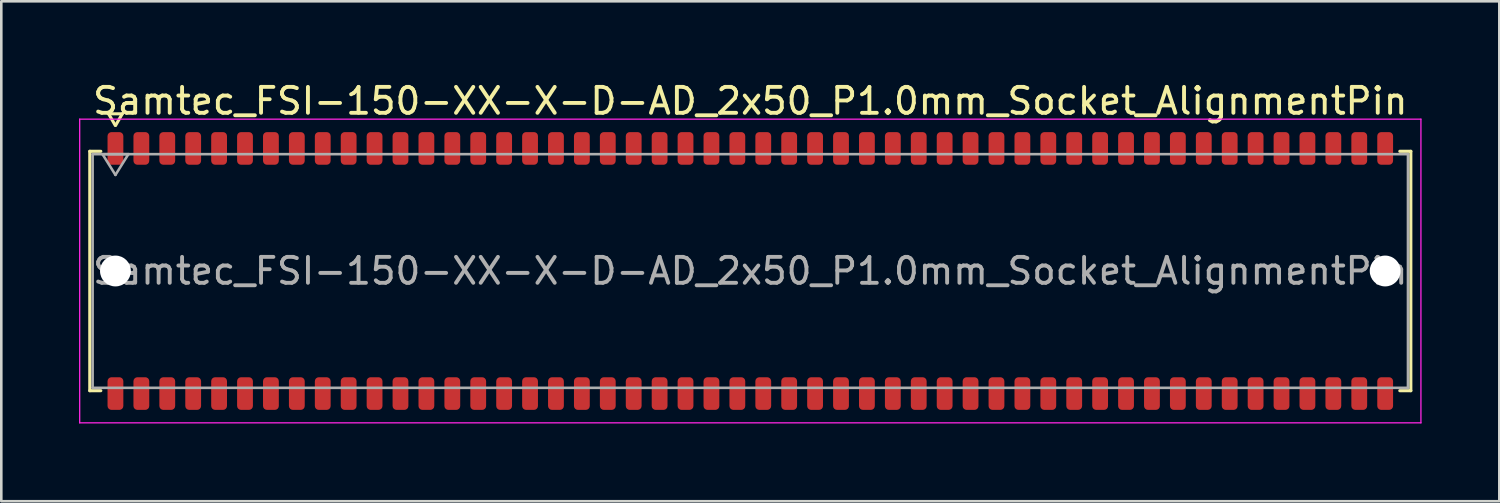
<source format=kicad_pcb>
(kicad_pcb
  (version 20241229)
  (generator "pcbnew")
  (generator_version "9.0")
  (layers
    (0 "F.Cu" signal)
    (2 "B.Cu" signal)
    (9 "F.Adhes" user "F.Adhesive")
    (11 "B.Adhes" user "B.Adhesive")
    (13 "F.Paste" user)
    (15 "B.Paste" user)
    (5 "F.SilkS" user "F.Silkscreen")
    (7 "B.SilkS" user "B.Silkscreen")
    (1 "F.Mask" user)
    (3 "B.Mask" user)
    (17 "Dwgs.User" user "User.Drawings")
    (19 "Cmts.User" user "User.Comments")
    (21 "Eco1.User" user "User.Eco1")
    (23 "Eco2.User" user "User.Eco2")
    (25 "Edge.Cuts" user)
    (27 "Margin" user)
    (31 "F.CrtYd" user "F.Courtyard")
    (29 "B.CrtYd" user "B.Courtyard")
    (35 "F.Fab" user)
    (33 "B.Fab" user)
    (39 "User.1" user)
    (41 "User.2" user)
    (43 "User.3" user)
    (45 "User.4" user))
  (footprint "Samtec_FSI-150-XX-X-D-AD_2x50_P1.0mm_Socket_AlignmentPin"
    (layer "F.Cu")
    (at 25.905 7.408)
    (property "Reference" "Samtec_FSI-150-XX-X-D-AD_2x50_P1.0mm_Socket_AlignmentPin" (at 0 -6.56 0) (layer "F.SilkS") (effects (font (size 1 1) (thickness 0.15))))
    (attr smd)
    (fp_line (start -25.49 -4.619) (end -25.065 -4.619) (stroke (width 0.12) (type solid)) (layer "F.SilkS"))
    (fp_line (start -25.49 4.619) (end -25.49 -4.619) (stroke (width 0.12) (type solid)) (layer "F.SilkS"))
    (fp_line (start -25.065 4.619) (end -25.49 4.619) (stroke (width 0.12) (type solid)) (layer "F.SilkS"))
    (fp_line (start -24.764 -6.066) (end -24.507 -5.62) (stroke (width 0.12) (type solid)) (layer "F.SilkS"))
    (fp_line (start -24.493 -5.62) (end -24.236 -6.066) (stroke (width 0.12) (type solid)) (layer "F.SilkS"))
    (fp_line (start -24.236 -6.066) (end -24.764 -6.066) (stroke (width 0.12) (type solid)) (layer "F.SilkS"))
    (fp_line (start 25.065 -4.619) (end 25.49 -4.619) (stroke (width 0.12) (type solid)) (layer "F.SilkS"))
    (fp_line (start 25.49 -4.619) (end 25.49 4.619) (stroke (width 0.12) (type solid)) (layer "F.SilkS"))
    (fp_line (start 25.49 4.619) (end 25.065 4.619) (stroke (width 0.12) (type solid)) (layer "F.SilkS"))
    (fp_line (start -25.88 -5.86) (end -25.88 5.86) (stroke (width 0.05) (type solid)) (layer "F.CrtYd"))
    (fp_line (start -25.88 5.86) (end 25.88 5.86) (stroke (width 0.05) (type solid)) (layer "F.CrtYd"))
    (fp_line (start 25.88 -5.86) (end -25.88 -5.86) (stroke (width 0.05) (type solid)) (layer "F.CrtYd"))
    (fp_line (start 25.88 5.86) (end 25.88 -5.86) (stroke (width 0.05) (type solid)) (layer "F.CrtYd"))
    (fp_line (start -25.38 -4.508) (end 25.38 -4.508) (stroke (width 0.1) (type solid)) (layer "F.Fab"))
    (fp_line (start -25.38 4.508) (end -25.38 -4.508) (stroke (width 0.1) (type solid)) (layer "F.Fab"))
    (fp_line (start -25 -4.508) (end -24.5 -3.708) (stroke (width 0.1) (type solid)) (layer "F.Fab"))
    (fp_line (start -24.5 -3.708) (end -24 -4.508) (stroke (width 0.1) (type solid)) (layer "F.Fab"))
    (fp_line (start -24 -4.508) (end -25 -4.508) (stroke (width 0.1) (type solid)) (layer "F.Fab"))
    (fp_line (start 25.38 -4.508) (end 25.38 4.508) (stroke (width 0.1) (type solid)) (layer "F.Fab"))
    (fp_line (start 25.38 4.508) (end -25.38 4.508) (stroke (width 0.1) (type solid)) (layer "F.Fab"))
    (fp_text user "${REFERENCE}" (at 0 0 0) (layer "F.Fab") (effects (font (size 1 1) (thickness 0.15))))
    (pad "" np_thru_hole circle (at -24.5 0) (size 1.19 1.19) (drill 1.19) (layers "*.Cu" "*.Mask"))
    (pad "" np_thru_hole circle (at 24.5 0) (size 1.19 1.19) (drill 1.19) (layers "*.Cu" "*.Mask"))
    (pad "1" smd roundrect (at -24.5 -4.73) (size 0.61 1.26) (layers "F.Cu" "F.Mask" "F.Paste") (roundrect_rratio 0.25))
    (pad "2" smd roundrect (at -24.5 4.73) (size 0.61 1.26) (layers "F.Cu" "F.Mask" "F.Paste") (roundrect_rratio 0.25))
    (pad "3" smd roundrect (at -23.5 -4.73) (size 0.61 1.26) (layers "F.Cu" "F.Mask" "F.Paste") (roundrect_rratio 0.25))
    (pad "4" smd roundrect (at -23.5 4.73) (size 0.61 1.26) (layers "F.Cu" "F.Mask" "F.Paste") (roundrect_rratio 0.25))
    (pad "5" smd roundrect (at -22.5 -4.73) (size 0.61 1.26) (layers "F.Cu" "F.Mask" "F.Paste") (roundrect_rratio 0.25))
    (pad "6" smd roundrect (at -22.5 4.73) (size 0.61 1.26) (layers "F.Cu" "F.Mask" "F.Paste") (roundrect_rratio 0.25))
    (pad "7" smd roundrect (at -21.5 -4.73) (size 0.61 1.26) (layers "F.Cu" "F.Mask" "F.Paste") (roundrect_rratio 0.25))
    (pad "8" smd roundrect (at -21.5 4.73) (size 0.61 1.26) (layers "F.Cu" "F.Mask" "F.Paste") (roundrect_rratio 0.25))
    (pad "9" smd roundrect (at -20.5 -4.73) (size 0.61 1.26) (layers "F.Cu" "F.Mask" "F.Paste") (roundrect_rratio 0.25))
    (pad "10" smd roundrect (at -20.5 4.73) (size 0.61 1.26) (layers "F.Cu" "F.Mask" "F.Paste") (roundrect_rratio 0.25))
    (pad "11" smd roundrect (at -19.5 -4.73) (size 0.61 1.26) (layers "F.Cu" "F.Mask" "F.Paste") (roundrect_rratio 0.25))
    (pad "12" smd roundrect (at -19.5 4.73) (size 0.61 1.26) (layers "F.Cu" "F.Mask" "F.Paste") (roundrect_rratio 0.25))
    (pad "13" smd roundrect (at -18.5 -4.73) (size 0.61 1.26) (layers "F.Cu" "F.Mask" "F.Paste") (roundrect_rratio 0.25))
    (pad "14" smd roundrect (at -18.5 4.73) (size 0.61 1.26) (layers "F.Cu" "F.Mask" "F.Paste") (roundrect_rratio 0.25))
    (pad "15" smd roundrect (at -17.5 -4.73) (size 0.61 1.26) (layers "F.Cu" "F.Mask" "F.Paste") (roundrect_rratio 0.25))
    (pad "16" smd roundrect (at -17.5 4.73) (size 0.61 1.26) (layers "F.Cu" "F.Mask" "F.Paste") (roundrect_rratio 0.25))
    (pad "17" smd roundrect (at -16.5 -4.73) (size 0.61 1.26) (layers "F.Cu" "F.Mask" "F.Paste") (roundrect_rratio 0.25))
    (pad "18" smd roundrect (at -16.5 4.73) (size 0.61 1.26) (layers "F.Cu" "F.Mask" "F.Paste") (roundrect_rratio 0.25))
    (pad "19" smd roundrect (at -15.5 -4.73) (size 0.61 1.26) (layers "F.Cu" "F.Mask" "F.Paste") (roundrect_rratio 0.25))
    (pad "20" smd roundrect (at -15.5 4.73) (size 0.61 1.26) (layers "F.Cu" "F.Mask" "F.Paste") (roundrect_rratio 0.25))
    (pad "21" smd roundrect (at -14.5 -4.73) (size 0.61 1.26) (layers "F.Cu" "F.Mask" "F.Paste") (roundrect_rratio 0.25))
    (pad "22" smd roundrect (at -14.5 4.73) (size 0.61 1.26) (layers "F.Cu" "F.Mask" "F.Paste") (roundrect_rratio 0.25))
    (pad "23" smd roundrect (at -13.5 -4.73) (size 0.61 1.26) (layers "F.Cu" "F.Mask" "F.Paste") (roundrect_rratio 0.25))
    (pad "24" smd roundrect (at -13.5 4.73) (size 0.61 1.26) (layers "F.Cu" "F.Mask" "F.Paste") (roundrect_rratio 0.25))
    (pad "25" smd roundrect (at -12.5 -4.73) (size 0.61 1.26) (layers "F.Cu" "F.Mask" "F.Paste") (roundrect_rratio 0.25))
    (pad "26" smd roundrect (at -12.5 4.73) (size 0.61 1.26) (layers "F.Cu" "F.Mask" "F.Paste") (roundrect_rratio 0.25))
    (pad "27" smd roundrect (at -11.5 -4.73) (size 0.61 1.26) (layers "F.Cu" "F.Mask" "F.Paste") (roundrect_rratio 0.25))
    (pad "28" smd roundrect (at -11.5 4.73) (size 0.61 1.26) (layers "F.Cu" "F.Mask" "F.Paste") (roundrect_rratio 0.25))
    (pad "29" smd roundrect (at -10.5 -4.73) (size 0.61 1.26) (layers "F.Cu" "F.Mask" "F.Paste") (roundrect_rratio 0.25))
    (pad "30" smd roundrect (at -10.5 4.73) (size 0.61 1.26) (layers "F.Cu" "F.Mask" "F.Paste") (roundrect_rratio 0.25))
    (pad "31" smd roundrect (at -9.5 -4.73) (size 0.61 1.26) (layers "F.Cu" "F.Mask" "F.Paste") (roundrect_rratio 0.25))
    (pad "32" smd roundrect (at -9.5 4.73) (size 0.61 1.26) (layers "F.Cu" "F.Mask" "F.Paste") (roundrect_rratio 0.25))
    (pad "33" smd roundrect (at -8.5 -4.73) (size 0.61 1.26) (layers "F.Cu" "F.Mask" "F.Paste") (roundrect_rratio 0.25))
    (pad "34" smd roundrect (at -8.5 4.73) (size 0.61 1.26) (layers "F.Cu" "F.Mask" "F.Paste") (roundrect_rratio 0.25))
    (pad "35" smd roundrect (at -7.5 -4.73) (size 0.61 1.26) (layers "F.Cu" "F.Mask" "F.Paste") (roundrect_rratio 0.25))
    (pad "36" smd roundrect (at -7.5 4.73) (size 0.61 1.26) (layers "F.Cu" "F.Mask" "F.Paste") (roundrect_rratio 0.25))
    (pad "37" smd roundrect (at -6.5 -4.73) (size 0.61 1.26) (layers "F.Cu" "F.Mask" "F.Paste") (roundrect_rratio 0.25))
    (pad "38" smd roundrect (at -6.5 4.73) (size 0.61 1.26) (layers "F.Cu" "F.Mask" "F.Paste") (roundrect_rratio 0.25))
    (pad "39" smd roundrect (at -5.5 -4.73) (size 0.61 1.26) (layers "F.Cu" "F.Mask" "F.Paste") (roundrect_rratio 0.25))
    (pad "40" smd roundrect (at -5.5 4.73) (size 0.61 1.26) (layers "F.Cu" "F.Mask" "F.Paste") (roundrect_rratio 0.25))
    (pad "41" smd roundrect (at -4.5 -4.73) (size 0.61 1.26) (layers "F.Cu" "F.Mask" "F.Paste") (roundrect_rratio 0.25))
    (pad "42" smd roundrect (at -4.5 4.73) (size 0.61 1.26) (layers "F.Cu" "F.Mask" "F.Paste") (roundrect_rratio 0.25))
    (pad "43" smd roundrect (at -3.5 -4.73) (size 0.61 1.26) (layers "F.Cu" "F.Mask" "F.Paste") (roundrect_rratio 0.25))
    (pad "44" smd roundrect (at -3.5 4.73) (size 0.61 1.26) (layers "F.Cu" "F.Mask" "F.Paste") (roundrect_rratio 0.25))
    (pad "45" smd roundrect (at -2.5 -4.73) (size 0.61 1.26) (layers "F.Cu" "F.Mask" "F.Paste") (roundrect_rratio 0.25))
    (pad "46" smd roundrect (at -2.5 4.73) (size 0.61 1.26) (layers "F.Cu" "F.Mask" "F.Paste") (roundrect_rratio 0.25))
    (pad "47" smd roundrect (at -1.5 -4.73) (size 0.61 1.26) (layers "F.Cu" "F.Mask" "F.Paste") (roundrect_rratio 0.25))
    (pad "48" smd roundrect (at -1.5 4.73) (size 0.61 1.26) (layers "F.Cu" "F.Mask" "F.Paste") (roundrect_rratio 0.25))
    (pad "49" smd roundrect (at -0.5 -4.73) (size 0.61 1.26) (layers "F.Cu" "F.Mask" "F.Paste") (roundrect_rratio 0.25))
    (pad "50" smd roundrect (at -0.5 4.73) (size 0.61 1.26) (layers "F.Cu" "F.Mask" "F.Paste") (roundrect_rratio 0.25))
    (pad "51" smd roundrect (at 0.5 -4.73) (size 0.61 1.26) (layers "F.Cu" "F.Mask" "F.Paste") (roundrect_rratio 0.25))
    (pad "52" smd roundrect (at 0.5 4.73) (size 0.61 1.26) (layers "F.Cu" "F.Mask" "F.Paste") (roundrect_rratio 0.25))
    (pad "53" smd roundrect (at 1.5 -4.73) (size 0.61 1.26) (layers "F.Cu" "F.Mask" "F.Paste") (roundrect_rratio 0.25))
    (pad "54" smd roundrect (at 1.5 4.73) (size 0.61 1.26) (layers "F.Cu" "F.Mask" "F.Paste") (roundrect_rratio 0.25))
    (pad "55" smd roundrect (at 2.5 -4.73) (size 0.61 1.26) (layers "F.Cu" "F.Mask" "F.Paste") (roundrect_rratio 0.25))
    (pad "56" smd roundrect (at 2.5 4.73) (size 0.61 1.26) (layers "F.Cu" "F.Mask" "F.Paste") (roundrect_rratio 0.25))
    (pad "57" smd roundrect (at 3.5 -4.73) (size 0.61 1.26) (layers "F.Cu" "F.Mask" "F.Paste") (roundrect_rratio 0.25))
    (pad "58" smd roundrect (at 3.5 4.73) (size 0.61 1.26) (layers "F.Cu" "F.Mask" "F.Paste") (roundrect_rratio 0.25))
    (pad "59" smd roundrect (at 4.5 -4.73) (size 0.61 1.26) (layers "F.Cu" "F.Mask" "F.Paste") (roundrect_rratio 0.25))
    (pad "60" smd roundrect (at 4.5 4.73) (size 0.61 1.26) (layers "F.Cu" "F.Mask" "F.Paste") (roundrect_rratio 0.25))
    (pad "61" smd roundrect (at 5.5 -4.73) (size 0.61 1.26) (layers "F.Cu" "F.Mask" "F.Paste") (roundrect_rratio 0.25))
    (pad "62" smd roundrect (at 5.5 4.73) (size 0.61 1.26) (layers "F.Cu" "F.Mask" "F.Paste") (roundrect_rratio 0.25))
    (pad "63" smd roundrect (at 6.5 -4.73) (size 0.61 1.26) (layers "F.Cu" "F.Mask" "F.Paste") (roundrect_rratio 0.25))
    (pad "64" smd roundrect (at 6.5 4.73) (size 0.61 1.26) (layers "F.Cu" "F.Mask" "F.Paste") (roundrect_rratio 0.25))
    (pad "65" smd roundrect (at 7.5 -4.73) (size 0.61 1.26) (layers "F.Cu" "F.Mask" "F.Paste") (roundrect_rratio 0.25))
    (pad "66" smd roundrect (at 7.5 4.73) (size 0.61 1.26) (layers "F.Cu" "F.Mask" "F.Paste") (roundrect_rratio 0.25))
    (pad "67" smd roundrect (at 8.5 -4.73) (size 0.61 1.26) (layers "F.Cu" "F.Mask" "F.Paste") (roundrect_rratio 0.25))
    (pad "68" smd roundrect (at 8.5 4.73) (size 0.61 1.26) (layers "F.Cu" "F.Mask" "F.Paste") (roundrect_rratio 0.25))
    (pad "69" smd roundrect (at 9.5 -4.73) (size 0.61 1.26) (layers "F.Cu" "F.Mask" "F.Paste") (roundrect_rratio 0.25))
    (pad "70" smd roundrect (at 9.5 4.73) (size 0.61 1.26) (layers "F.Cu" "F.Mask" "F.Paste") (roundrect_rratio 0.25))
    (pad "71" smd roundrect (at 10.5 -4.73) (size 0.61 1.26) (layers "F.Cu" "F.Mask" "F.Paste") (roundrect_rratio 0.25))
    (pad "72" smd roundrect (at 10.5 4.73) (size 0.61 1.26) (layers "F.Cu" "F.Mask" "F.Paste") (roundrect_rratio 0.25))
    (pad "73" smd roundrect (at 11.5 -4.73) (size 0.61 1.26) (layers "F.Cu" "F.Mask" "F.Paste") (roundrect_rratio 0.25))
    (pad "74" smd roundrect (at 11.5 4.73) (size 0.61 1.26) (layers "F.Cu" "F.Mask" "F.Paste") (roundrect_rratio 0.25))
    (pad "75" smd roundrect (at 12.5 -4.73) (size 0.61 1.26) (layers "F.Cu" "F.Mask" "F.Paste") (roundrect_rratio 0.25))
    (pad "76" smd roundrect (at 12.5 4.73) (size 0.61 1.26) (layers "F.Cu" "F.Mask" "F.Paste") (roundrect_rratio 0.25))
    (pad "77" smd roundrect (at 13.5 -4.73) (size 0.61 1.26) (layers "F.Cu" "F.Mask" "F.Paste") (roundrect_rratio 0.25))
    (pad "78" smd roundrect (at 13.5 4.73) (size 0.61 1.26) (layers "F.Cu" "F.Mask" "F.Paste") (roundrect_rratio 0.25))
    (pad "79" smd roundrect (at 14.5 -4.73) (size 0.61 1.26) (layers "F.Cu" "F.Mask" "F.Paste") (roundrect_rratio 0.25))
    (pad "80" smd roundrect (at 14.5 4.73) (size 0.61 1.26) (layers "F.Cu" "F.Mask" "F.Paste") (roundrect_rratio 0.25))
    (pad "81" smd roundrect (at 15.5 -4.73) (size 0.61 1.26) (layers "F.Cu" "F.Mask" "F.Paste") (roundrect_rratio 0.25))
    (pad "82" smd roundrect (at 15.5 4.73) (size 0.61 1.26) (layers "F.Cu" "F.Mask" "F.Paste") (roundrect_rratio 0.25))
    (pad "83" smd roundrect (at 16.5 -4.73) (size 0.61 1.26) (layers "F.Cu" "F.Mask" "F.Paste") (roundrect_rratio 0.25))
    (pad "84" smd roundrect (at 16.5 4.73) (size 0.61 1.26) (layers "F.Cu" "F.Mask" "F.Paste") (roundrect_rratio 0.25))
    (pad "85" smd roundrect (at 17.5 -4.73) (size 0.61 1.26) (layers "F.Cu" "F.Mask" "F.Paste") (roundrect_rratio 0.25))
    (pad "86" smd roundrect (at 17.5 4.73) (size 0.61 1.26) (layers "F.Cu" "F.Mask" "F.Paste") (roundrect_rratio 0.25))
    (pad "87" smd roundrect (at 18.5 -4.73) (size 0.61 1.26) (layers "F.Cu" "F.Mask" "F.Paste") (roundrect_rratio 0.25))
    (pad "88" smd roundrect (at 18.5 4.73) (size 0.61 1.26) (layers "F.Cu" "F.Mask" "F.Paste") (roundrect_rratio 0.25))
    (pad "89" smd roundrect (at 19.5 -4.73) (size 0.61 1.26) (layers "F.Cu" "F.Mask" "F.Paste") (roundrect_rratio 0.25))
    (pad "90" smd roundrect (at 19.5 4.73) (size 0.61 1.26) (layers "F.Cu" "F.Mask" "F.Paste") (roundrect_rratio 0.25))
    (pad "91" smd roundrect (at 20.5 -4.73) (size 0.61 1.26) (layers "F.Cu" "F.Mask" "F.Paste") (roundrect_rratio 0.25))
    (pad "92" smd roundrect (at 20.5 4.73) (size 0.61 1.26) (layers "F.Cu" "F.Mask" "F.Paste") (roundrect_rratio 0.25))
    (pad "93" smd roundrect (at 21.5 -4.73) (size 0.61 1.26) (layers "F.Cu" "F.Mask" "F.Paste") (roundrect_rratio 0.25))
    (pad "94" smd roundrect (at 21.5 4.73) (size 0.61 1.26) (layers "F.Cu" "F.Mask" "F.Paste") (roundrect_rratio 0.25))
    (pad "95" smd roundrect (at 22.5 -4.73) (size 0.61 1.26) (layers "F.Cu" "F.Mask" "F.Paste") (roundrect_rratio 0.25))
    (pad "96" smd roundrect (at 22.5 4.73) (size 0.61 1.26) (layers "F.Cu" "F.Mask" "F.Paste") (roundrect_rratio 0.25))
    (pad "97" smd roundrect (at 23.5 -4.73) (size 0.61 1.26) (layers "F.Cu" "F.Mask" "F.Paste") (roundrect_rratio 0.25))
    (pad "98" smd roundrect (at 23.5 4.73) (size 0.61 1.26) (layers "F.Cu" "F.Mask" "F.Paste") (roundrect_rratio 0.25))
    (pad "99" smd roundrect (at 24.5 -4.73) (size 0.61 1.26) (layers "F.Cu" "F.Mask" "F.Paste") (roundrect_rratio 0.25))
    (pad "100" smd roundrect (at 24.5 4.73) (size 0.61 1.26) (layers "F.Cu" "F.Mask" "F.Paste") (roundrect_rratio 0.25)))
  (gr_rect
    (start -3 -3)
    (end 54.81 16.293)
    (stroke (width 0.1) (type default))
    (fill no)
    (layer "Edge.Cuts")))
</source>
